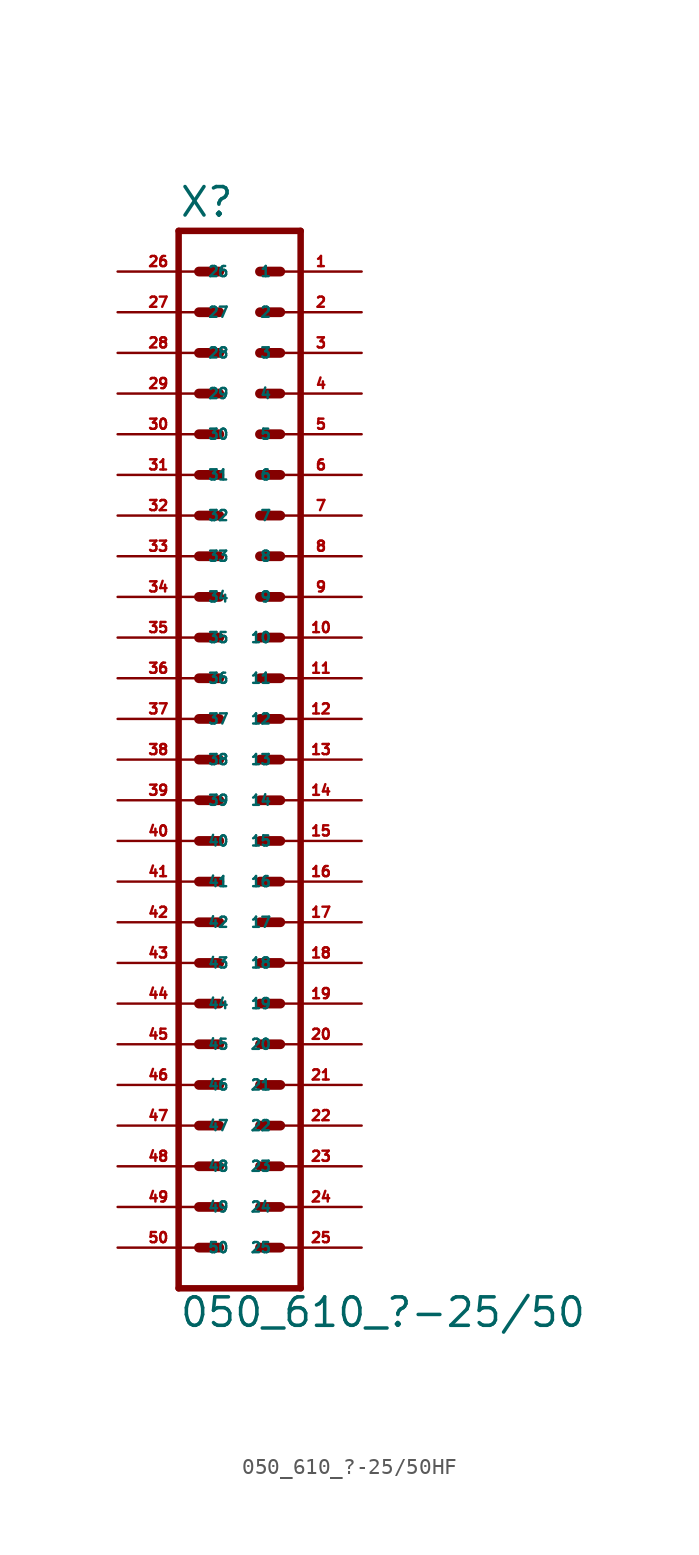
<source format=kicad_sym>
(kicad_symbol_lib
  (version 20220914)
  (generator Eagle2Kicad)
  (symbol "050_610_?-25/50HF"
    (property "Reference" "X"
      (at -3.81 31.242 0)
      (effects (font (size 1.778 1.778) (thickness 0.22)) (justify left bottom)))
    (property "Value" "050_610_?-25/50"
      (at -3.81 -38.1 0)
      (effects (font (size 1.778 1.778) (thickness 0.22)) (justify left bottom)))
    (polyline
      (pts (xy 3.81 -35.56) (xy -3.81 -35.56))
      (stroke (width 0.406) (type default))
      (fill (type none)))
    (polyline
      (pts (xy -3.81 30.48) (xy -3.81 -35.56))
      (stroke (width 0.406) (type default))
      (fill (type none)))
    (polyline
      (pts (xy 3.81 -35.56) (xy 3.81 30.48))
      (stroke (width 0.406) (type default))
      (fill (type none)))
    (polyline
      (pts (xy -3.81 30.48) (xy 3.81 30.48))
      (stroke (width 0.406) (type default))
      (fill (type none)))
    (polyline
      (pts (xy 1.27 27.94) (xy 2.54 27.94))
      (stroke (width 0.61) (type default))
      (fill (type none)))
    (polyline
      (pts (xy 1.27 25.4) (xy 2.54 25.4))
      (stroke (width 0.61) (type default))
      (fill (type none)))
    (polyline
      (pts (xy 1.27 22.86) (xy 2.54 22.86))
      (stroke (width 0.61) (type default))
      (fill (type none)))
    (polyline
      (pts (xy 1.27 20.32) (xy 2.54 20.32))
      (stroke (width 0.61) (type default))
      (fill (type none)))
    (polyline
      (pts (xy 1.27 17.78) (xy 2.54 17.78))
      (stroke (width 0.61) (type default))
      (fill (type none)))
    (polyline
      (pts (xy 1.27 15.24) (xy 2.54 15.24))
      (stroke (width 0.61) (type default))
      (fill (type none)))
    (polyline
      (pts (xy 1.27 12.7) (xy 2.54 12.7))
      (stroke (width 0.61) (type default))
      (fill (type none)))
    (polyline
      (pts (xy 1.27 10.16) (xy 2.54 10.16))
      (stroke (width 0.61) (type default))
      (fill (type none)))
    (polyline
      (pts (xy 1.27 7.62) (xy 2.54 7.62))
      (stroke (width 0.61) (type default))
      (fill (type none)))
    (polyline
      (pts (xy 1.27 5.08) (xy 2.54 5.08))
      (stroke (width 0.61) (type default))
      (fill (type none)))
    (polyline
      (pts (xy 1.27 2.54) (xy 2.54 2.54))
      (stroke (width 0.61) (type default))
      (fill (type none)))
    (polyline
      (pts (xy 1.27 0) (xy 2.54 0))
      (stroke (width 0.61) (type default))
      (fill (type none)))
    (polyline
      (pts (xy 1.27 -2.54) (xy 2.54 -2.54))
      (stroke (width 0.61) (type default))
      (fill (type none)))
    (polyline
      (pts (xy 1.27 -5.08) (xy 2.54 -5.08))
      (stroke (width 0.61) (type default))
      (fill (type none)))
    (polyline
      (pts (xy 1.27 -7.62) (xy 2.54 -7.62))
      (stroke (width 0.61) (type default))
      (fill (type none)))
    (polyline
      (pts (xy 1.27 -10.16) (xy 2.54 -10.16))
      (stroke (width 0.61) (type default))
      (fill (type none)))
    (polyline
      (pts (xy 1.27 -12.7) (xy 2.54 -12.7))
      (stroke (width 0.61) (type default))
      (fill (type none)))
    (polyline
      (pts (xy 1.27 -15.24) (xy 2.54 -15.24))
      (stroke (width 0.61) (type default))
      (fill (type none)))
    (polyline
      (pts (xy 1.27 -17.78) (xy 2.54 -17.78))
      (stroke (width 0.61) (type default))
      (fill (type none)))
    (polyline
      (pts (xy 1.27 -20.32) (xy 2.54 -20.32))
      (stroke (width 0.61) (type default))
      (fill (type none)))
    (polyline
      (pts (xy 1.27 -22.86) (xy 2.54 -22.86))
      (stroke (width 0.61) (type default))
      (fill (type none)))
    (polyline
      (pts (xy 1.27 -25.4) (xy 2.54 -25.4))
      (stroke (width 0.61) (type default))
      (fill (type none)))
    (polyline
      (pts (xy 1.27 -27.94) (xy 2.54 -27.94))
      (stroke (width 0.61) (type default))
      (fill (type none)))
    (polyline
      (pts (xy 1.27 -30.48) (xy 2.54 -30.48))
      (stroke (width 0.61) (type default))
      (fill (type none)))
    (polyline
      (pts (xy 1.27 -33.02) (xy 2.54 -33.02))
      (stroke (width 0.61) (type default))
      (fill (type none)))
    (polyline
      (pts (xy -1.27 27.94) (xy -2.54 27.94))
      (stroke (width 0.61) (type default))
      (fill (type none)))
    (polyline
      (pts (xy -1.27 25.4) (xy -2.54 25.4))
      (stroke (width 0.61) (type default))
      (fill (type none)))
    (polyline
      (pts (xy -1.27 22.86) (xy -2.54 22.86))
      (stroke (width 0.61) (type default))
      (fill (type none)))
    (polyline
      (pts (xy -1.27 20.32) (xy -2.54 20.32))
      (stroke (width 0.61) (type default))
      (fill (type none)))
    (polyline
      (pts (xy -1.27 17.78) (xy -2.54 17.78))
      (stroke (width 0.61) (type default))
      (fill (type none)))
    (polyline
      (pts (xy -1.27 15.24) (xy -2.54 15.24))
      (stroke (width 0.61) (type default))
      (fill (type none)))
    (polyline
      (pts (xy -1.27 12.7) (xy -2.54 12.7))
      (stroke (width 0.61) (type default))
      (fill (type none)))
    (polyline
      (pts (xy -1.27 10.16) (xy -2.54 10.16))
      (stroke (width 0.61) (type default))
      (fill (type none)))
    (polyline
      (pts (xy -1.27 7.62) (xy -2.54 7.62))
      (stroke (width 0.61) (type default))
      (fill (type none)))
    (polyline
      (pts (xy -1.27 5.08) (xy -2.54 5.08))
      (stroke (width 0.61) (type default))
      (fill (type none)))
    (polyline
      (pts (xy -1.27 2.54) (xy -2.54 2.54))
      (stroke (width 0.61) (type default))
      (fill (type none)))
    (polyline
      (pts (xy -1.27 0) (xy -2.54 0))
      (stroke (width 0.61) (type default))
      (fill (type none)))
    (polyline
      (pts (xy -1.27 -2.54) (xy -2.54 -2.54))
      (stroke (width 0.61) (type default))
      (fill (type none)))
    (polyline
      (pts (xy -1.27 -5.08) (xy -2.54 -5.08))
      (stroke (width 0.61) (type default))
      (fill (type none)))
    (polyline
      (pts (xy -1.27 -7.62) (xy -2.54 -7.62))
      (stroke (width 0.61) (type default))
      (fill (type none)))
    (polyline
      (pts (xy -1.27 -10.16) (xy -2.54 -10.16))
      (stroke (width 0.61) (type default))
      (fill (type none)))
    (polyline
      (pts (xy -1.27 -12.7) (xy -2.54 -12.7))
      (stroke (width 0.61) (type default))
      (fill (type none)))
    (polyline
      (pts (xy -1.27 -15.24) (xy -2.54 -15.24))
      (stroke (width 0.61) (type default))
      (fill (type none)))
    (polyline
      (pts (xy -1.27 -17.78) (xy -2.54 -17.78))
      (stroke (width 0.61) (type default))
      (fill (type none)))
    (polyline
      (pts (xy -1.27 -20.32) (xy -2.54 -20.32))
      (stroke (width 0.61) (type default))
      (fill (type none)))
    (polyline
      (pts (xy -1.27 -22.86) (xy -2.54 -22.86))
      (stroke (width 0.61) (type default))
      (fill (type none)))
    (polyline
      (pts (xy -1.27 -25.4) (xy -2.54 -25.4))
      (stroke (width 0.61) (type default))
      (fill (type none)))
    (polyline
      (pts (xy -1.27 -27.94) (xy -2.54 -27.94))
      (stroke (width 0.61) (type default))
      (fill (type none)))
    (polyline
      (pts (xy -1.27 -30.48) (xy -2.54 -30.48))
      (stroke (width 0.61) (type default))
      (fill (type none)))
    (polyline
      (pts (xy -1.27 -33.02) (xy -2.54 -33.02))
      (stroke (width 0.61) (type default))
      (fill (type none)))
    (pin passive line
      (at 7.62 27.94 180)
      (length 5.08)
      (name "1" (effects (font (size 0.635 0.635) (thickness 0.08)) (justify left bottom)))
      (number "1" (effects (font (size 0.635 0.635) (thickness 0.08)) (justify left bottom))))
    (pin passive line
      (at 7.62 25.4 180)
      (length 5.08)
      (name "2" (effects (font (size 0.635 0.635) (thickness 0.08)) (justify left bottom)))
      (number "2" (effects (font (size 0.635 0.635) (thickness 0.08)) (justify left bottom))))
    (pin passive line
      (at 7.62 22.86 180)
      (length 5.08)
      (name "3" (effects (font (size 0.635 0.635) (thickness 0.08)) (justify left bottom)))
      (number "3" (effects (font (size 0.635 0.635) (thickness 0.08)) (justify left bottom))))
    (pin passive line
      (at 7.62 20.32 180)
      (length 5.08)
      (name "4" (effects (font (size 0.635 0.635) (thickness 0.08)) (justify left bottom)))
      (number "4" (effects (font (size 0.635 0.635) (thickness 0.08)) (justify left bottom))))
    (pin passive line
      (at 7.62 17.78 180)
      (length 5.08)
      (name "5" (effects (font (size 0.635 0.635) (thickness 0.08)) (justify left bottom)))
      (number "5" (effects (font (size 0.635 0.635) (thickness 0.08)) (justify left bottom))))
    (pin passive line
      (at 7.62 15.24 180)
      (length 5.08)
      (name "6" (effects (font (size 0.635 0.635) (thickness 0.08)) (justify left bottom)))
      (number "6" (effects (font (size 0.635 0.635) (thickness 0.08)) (justify left bottom))))
    (pin passive line
      (at 7.62 12.7 180)
      (length 5.08)
      (name "7" (effects (font (size 0.635 0.635) (thickness 0.08)) (justify left bottom)))
      (number "7" (effects (font (size 0.635 0.635) (thickness 0.08)) (justify left bottom))))
    (pin passive line
      (at 7.62 10.16 180)
      (length 5.08)
      (name "8" (effects (font (size 0.635 0.635) (thickness 0.08)) (justify left bottom)))
      (number "8" (effects (font (size 0.635 0.635) (thickness 0.08)) (justify left bottom))))
    (pin passive line
      (at 7.62 7.62 180)
      (length 5.08)
      (name "9" (effects (font (size 0.635 0.635) (thickness 0.08)) (justify left bottom)))
      (number "9" (effects (font (size 0.635 0.635) (thickness 0.08)) (justify left bottom))))
    (pin passive line
      (at 7.62 5.08 180)
      (length 5.08)
      (name "10" (effects (font (size 0.635 0.635) (thickness 0.08)) (justify left bottom)))
      (number "10" (effects (font (size 0.635 0.635) (thickness 0.08)) (justify left bottom))))
    (pin passive line
      (at 7.62 2.54 180)
      (length 5.08)
      (name "11" (effects (font (size 0.635 0.635) (thickness 0.08)) (justify left bottom)))
      (number "11" (effects (font (size 0.635 0.635) (thickness 0.08)) (justify left bottom))))
    (pin passive line
      (at 7.62 0 180)
      (length 5.08)
      (name "12" (effects (font (size 0.635 0.635) (thickness 0.08)) (justify left bottom)))
      (number "12" (effects (font (size 0.635 0.635) (thickness 0.08)) (justify left bottom))))
    (pin passive line
      (at 7.62 -2.54 180)
      (length 5.08)
      (name "13" (effects (font (size 0.635 0.635) (thickness 0.08)) (justify left bottom)))
      (number "13" (effects (font (size 0.635 0.635) (thickness 0.08)) (justify left bottom))))
    (pin passive line
      (at 7.62 -5.08 180)
      (length 5.08)
      (name "14" (effects (font (size 0.635 0.635) (thickness 0.08)) (justify left bottom)))
      (number "14" (effects (font (size 0.635 0.635) (thickness 0.08)) (justify left bottom))))
    (pin passive line
      (at 7.62 -7.62 180)
      (length 5.08)
      (name "15" (effects (font (size 0.635 0.635) (thickness 0.08)) (justify left bottom)))
      (number "15" (effects (font (size 0.635 0.635) (thickness 0.08)) (justify left bottom))))
    (pin passive line
      (at 7.62 -10.16 180)
      (length 5.08)
      (name "16" (effects (font (size 0.635 0.635) (thickness 0.08)) (justify left bottom)))
      (number "16" (effects (font (size 0.635 0.635) (thickness 0.08)) (justify left bottom))))
    (pin passive line
      (at 7.62 -12.7 180)
      (length 5.08)
      (name "17" (effects (font (size 0.635 0.635) (thickness 0.08)) (justify left bottom)))
      (number "17" (effects (font (size 0.635 0.635) (thickness 0.08)) (justify left bottom))))
    (pin passive line
      (at 7.62 -15.24 180)
      (length 5.08)
      (name "18" (effects (font (size 0.635 0.635) (thickness 0.08)) (justify left bottom)))
      (number "18" (effects (font (size 0.635 0.635) (thickness 0.08)) (justify left bottom))))
    (pin passive line
      (at 7.62 -17.78 180)
      (length 5.08)
      (name "19" (effects (font (size 0.635 0.635) (thickness 0.08)) (justify left bottom)))
      (number "19" (effects (font (size 0.635 0.635) (thickness 0.08)) (justify left bottom))))
    (pin passive line
      (at 7.62 -20.32 180)
      (length 5.08)
      (name "20" (effects (font (size 0.635 0.635) (thickness 0.08)) (justify left bottom)))
      (number "20" (effects (font (size 0.635 0.635) (thickness 0.08)) (justify left bottom))))
    (pin passive line
      (at 7.62 -22.86 180)
      (length 5.08)
      (name "21" (effects (font (size 0.635 0.635) (thickness 0.08)) (justify left bottom)))
      (number "21" (effects (font (size 0.635 0.635) (thickness 0.08)) (justify left bottom))))
    (pin passive line
      (at 7.62 -25.4 180)
      (length 5.08)
      (name "22" (effects (font (size 0.635 0.635) (thickness 0.08)) (justify left bottom)))
      (number "22" (effects (font (size 0.635 0.635) (thickness 0.08)) (justify left bottom))))
    (pin passive line
      (at 7.62 -27.94 180)
      (length 5.08)
      (name "23" (effects (font (size 0.635 0.635) (thickness 0.08)) (justify left bottom)))
      (number "23" (effects (font (size 0.635 0.635) (thickness 0.08)) (justify left bottom))))
    (pin passive line
      (at 7.62 -30.48 180)
      (length 5.08)
      (name "24" (effects (font (size 0.635 0.635) (thickness 0.08)) (justify left bottom)))
      (number "24" (effects (font (size 0.635 0.635) (thickness 0.08)) (justify left bottom))))
    (pin passive line
      (at 7.62 -33.02 180)
      (length 5.08)
      (name "25" (effects (font (size 0.635 0.635) (thickness 0.08)) (justify left bottom)))
      (number "25" (effects (font (size 0.635 0.635) (thickness 0.08)) (justify left bottom))))
    (pin passive line
      (at -7.62 27.94 0)
      (length 5.08)
      (name "26" (effects (font (size 0.635 0.635) (thickness 0.08)) (justify left bottom)))
      (number "26" (effects (font (size 0.635 0.635) (thickness 0.08)) (justify left bottom))))
    (pin passive line
      (at -7.62 25.4 0)
      (length 5.08)
      (name "27" (effects (font (size 0.635 0.635) (thickness 0.08)) (justify left bottom)))
      (number "27" (effects (font (size 0.635 0.635) (thickness 0.08)) (justify left bottom))))
    (pin passive line
      (at -7.62 22.86 0)
      (length 5.08)
      (name "28" (effects (font (size 0.635 0.635) (thickness 0.08)) (justify left bottom)))
      (number "28" (effects (font (size 0.635 0.635) (thickness 0.08)) (justify left bottom))))
    (pin passive line
      (at -7.62 20.32 0)
      (length 5.08)
      (name "29" (effects (font (size 0.635 0.635) (thickness 0.08)) (justify left bottom)))
      (number "29" (effects (font (size 0.635 0.635) (thickness 0.08)) (justify left bottom))))
    (pin passive line
      (at -7.62 17.78 0)
      (length 5.08)
      (name "30" (effects (font (size 0.635 0.635) (thickness 0.08)) (justify left bottom)))
      (number "30" (effects (font (size 0.635 0.635) (thickness 0.08)) (justify left bottom))))
    (pin passive line
      (at -7.62 15.24 0)
      (length 5.08)
      (name "31" (effects (font (size 0.635 0.635) (thickness 0.08)) (justify left bottom)))
      (number "31" (effects (font (size 0.635 0.635) (thickness 0.08)) (justify left bottom))))
    (pin passive line
      (at -7.62 12.7 0)
      (length 5.08)
      (name "32" (effects (font (size 0.635 0.635) (thickness 0.08)) (justify left bottom)))
      (number "32" (effects (font (size 0.635 0.635) (thickness 0.08)) (justify left bottom))))
    (pin passive line
      (at -7.62 10.16 0)
      (length 5.08)
      (name "33" (effects (font (size 0.635 0.635) (thickness 0.08)) (justify left bottom)))
      (number "33" (effects (font (size 0.635 0.635) (thickness 0.08)) (justify left bottom))))
    (pin passive line
      (at -7.62 7.62 0)
      (length 5.08)
      (name "34" (effects (font (size 0.635 0.635) (thickness 0.08)) (justify left bottom)))
      (number "34" (effects (font (size 0.635 0.635) (thickness 0.08)) (justify left bottom))))
    (pin passive line
      (at -7.62 5.08 0)
      (length 5.08)
      (name "35" (effects (font (size 0.635 0.635) (thickness 0.08)) (justify left bottom)))
      (number "35" (effects (font (size 0.635 0.635) (thickness 0.08)) (justify left bottom))))
    (pin passive line
      (at -7.62 2.54 0)
      (length 5.08)
      (name "36" (effects (font (size 0.635 0.635) (thickness 0.08)) (justify left bottom)))
      (number "36" (effects (font (size 0.635 0.635) (thickness 0.08)) (justify left bottom))))
    (pin passive line
      (at -7.62 0 0)
      (length 5.08)
      (name "37" (effects (font (size 0.635 0.635) (thickness 0.08)) (justify left bottom)))
      (number "37" (effects (font (size 0.635 0.635) (thickness 0.08)) (justify left bottom))))
    (pin passive line
      (at -7.62 -2.54 0)
      (length 5.08)
      (name "38" (effects (font (size 0.635 0.635) (thickness 0.08)) (justify left bottom)))
      (number "38" (effects (font (size 0.635 0.635) (thickness 0.08)) (justify left bottom))))
    (pin passive line
      (at -7.62 -5.08 0)
      (length 5.08)
      (name "39" (effects (font (size 0.635 0.635) (thickness 0.08)) (justify left bottom)))
      (number "39" (effects (font (size 0.635 0.635) (thickness 0.08)) (justify left bottom))))
    (pin passive line
      (at -7.62 -7.62 0)
      (length 5.08)
      (name "40" (effects (font (size 0.635 0.635) (thickness 0.08)) (justify left bottom)))
      (number "40" (effects (font (size 0.635 0.635) (thickness 0.08)) (justify left bottom))))
    (pin passive line
      (at -7.62 -10.16 0)
      (length 5.08)
      (name "41" (effects (font (size 0.635 0.635) (thickness 0.08)) (justify left bottom)))
      (number "41" (effects (font (size 0.635 0.635) (thickness 0.08)) (justify left bottom))))
    (pin passive line
      (at -7.62 -12.7 0)
      (length 5.08)
      (name "42" (effects (font (size 0.635 0.635) (thickness 0.08)) (justify left bottom)))
      (number "42" (effects (font (size 0.635 0.635) (thickness 0.08)) (justify left bottom))))
    (pin passive line
      (at -7.62 -15.24 0)
      (length 5.08)
      (name "43" (effects (font (size 0.635 0.635) (thickness 0.08)) (justify left bottom)))
      (number "43" (effects (font (size 0.635 0.635) (thickness 0.08)) (justify left bottom))))
    (pin passive line
      (at -7.62 -17.78 0)
      (length 5.08)
      (name "44" (effects (font (size 0.635 0.635) (thickness 0.08)) (justify left bottom)))
      (number "44" (effects (font (size 0.635 0.635) (thickness 0.08)) (justify left bottom))))
    (pin passive line
      (at -7.62 -20.32 0)
      (length 5.08)
      (name "45" (effects (font (size 0.635 0.635) (thickness 0.08)) (justify left bottom)))
      (number "45" (effects (font (size 0.635 0.635) (thickness 0.08)) (justify left bottom))))
    (pin passive line
      (at -7.62 -22.86 0)
      (length 5.08)
      (name "46" (effects (font (size 0.635 0.635) (thickness 0.08)) (justify left bottom)))
      (number "46" (effects (font (size 0.635 0.635) (thickness 0.08)) (justify left bottom))))
    (pin passive line
      (at -7.62 -25.4 0)
      (length 5.08)
      (name "47" (effects (font (size 0.635 0.635) (thickness 0.08)) (justify left bottom)))
      (number "47" (effects (font (size 0.635 0.635) (thickness 0.08)) (justify left bottom))))
    (pin passive line
      (at -7.62 -27.94 0)
      (length 5.08)
      (name "48" (effects (font (size 0.635 0.635) (thickness 0.08)) (justify left bottom)))
      (number "48" (effects (font (size 0.635 0.635) (thickness 0.08)) (justify left bottom))))
    (pin passive line
      (at -7.62 -30.48 0)
      (length 5.08)
      (name "49" (effects (font (size 0.635 0.635) (thickness 0.08)) (justify left bottom)))
      (number "49" (effects (font (size 0.635 0.635) (thickness 0.08)) (justify left bottom))))
    (pin passive line
      (at -7.62 -33.02 0)
      (length 5.08)
      (name "50" (effects (font (size 0.635 0.635) (thickness 0.08)) (justify left bottom)))
      (number "50" (effects (font (size 0.635 0.635) (thickness 0.08)) (justify left bottom))))))
</source>
